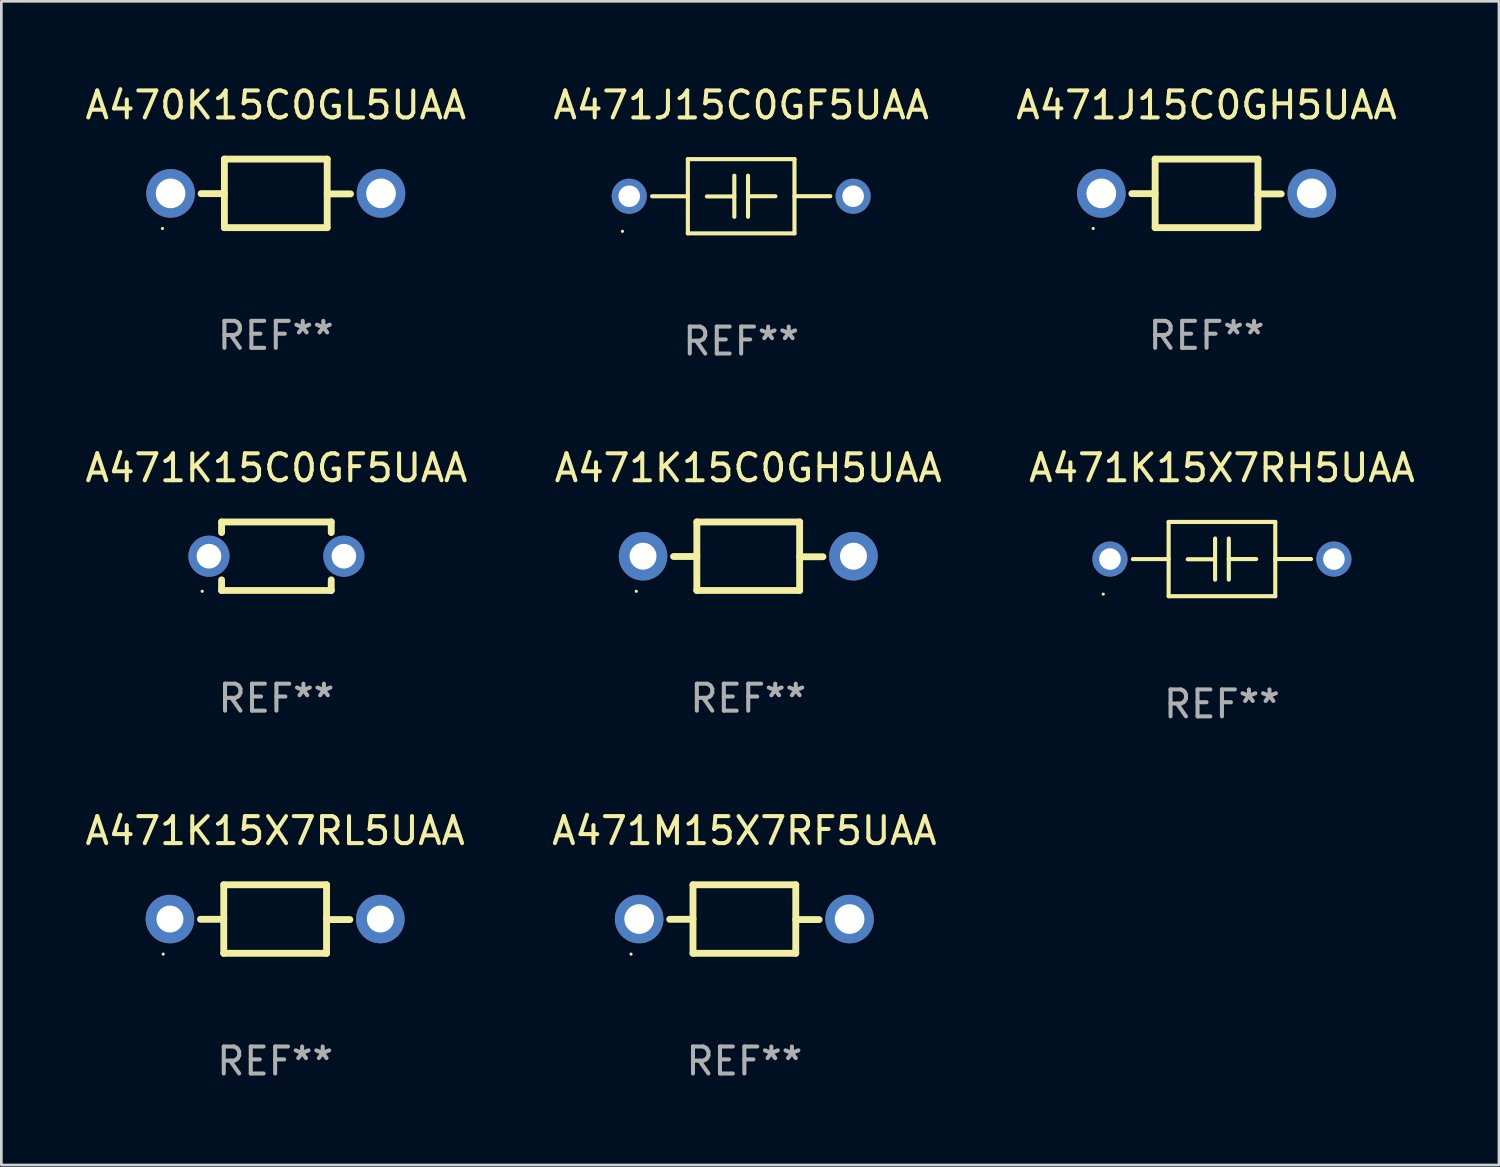
<source format=kicad_pcb>
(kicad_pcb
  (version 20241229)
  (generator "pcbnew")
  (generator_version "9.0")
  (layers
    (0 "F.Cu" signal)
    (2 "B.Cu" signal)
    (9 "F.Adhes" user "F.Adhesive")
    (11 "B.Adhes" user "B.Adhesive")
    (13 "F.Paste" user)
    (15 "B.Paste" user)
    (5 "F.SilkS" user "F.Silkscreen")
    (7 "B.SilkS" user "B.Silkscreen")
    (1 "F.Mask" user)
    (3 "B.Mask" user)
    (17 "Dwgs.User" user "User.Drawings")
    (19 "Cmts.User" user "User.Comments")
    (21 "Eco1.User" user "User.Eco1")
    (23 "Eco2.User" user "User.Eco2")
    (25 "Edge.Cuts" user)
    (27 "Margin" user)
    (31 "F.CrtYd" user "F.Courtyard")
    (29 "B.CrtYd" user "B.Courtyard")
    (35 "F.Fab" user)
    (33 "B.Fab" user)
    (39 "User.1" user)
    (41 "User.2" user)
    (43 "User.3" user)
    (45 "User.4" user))
  (footprint "A471M15X7RF5UAA"
    (layer "F.Cu")
    (at 24.542 31.016)
    (property "Reference" "A471M15X7RF5UAA" (at 0 -3.27 0) (layer "F.SilkS") (effects (font (size 1 1) (thickness 0.15))))
    (attr through_hole)
    (fp_line (start -1.905 -1.27) (end -1.905 1.27) (stroke (width 0.254) (type solid)) (layer "F.SilkS"))
    (fp_line (start -1.905 0.01) (end -2.769 0.01) (stroke (width 0.254) (type solid)) (layer "F.SilkS"))
    (fp_line (start -1.905 1.27) (end 1.905 1.27) (stroke (width 0.254) (type solid)) (layer "F.SilkS"))
    (fp_line (start 1.905 -1.27) (end -1.905 -1.27) (stroke (width 0.254) (type solid)) (layer "F.SilkS"))
    (fp_line (start 1.905 0.02) (end 2.769 0.02) (stroke (width 0.254) (type solid)) (layer "F.SilkS"))
    (fp_line (start 1.905 1.27) (end 1.905 -1.27) (stroke (width 0.254) (type solid)) (layer "F.SilkS"))
    (fp_circle (center -4.201 1.3) (end -4.171 1.3) (stroke (width 0.06) (type solid)) (fill no) (layer "F.SilkS"))
    (fp_text user "REF**" (at 0 5.27 0) (layer "F.Fab") (effects (font (size 1 1) (thickness 0.15))))
    (pad "1" thru_hole circle (at -3.9 0) (size 1.8 1.8) (drill 1.1) (layers "*.Cu" "*.Mask"))
    (pad "2" thru_hole circle (at 3.9 0) (size 1.8 1.8) (drill 1.1) (layers "*.Cu" "*.Mask")))
  (footprint "A471J15C0GH5UAA"
    (layer "F.Cu")
    (at 41.673 4.118)
    (property "Reference" "A471J15C0GH5UAA" (at 0 -3.27 0) (layer "F.SilkS") (effects (font (size 1 1) (thickness 0.15))))
    (attr through_hole)
    (fp_line (start -1.905 -1.27) (end -1.905 1.27) (stroke (width 0.254) (type solid)) (layer "F.SilkS"))
    (fp_line (start -1.905 0.01) (end -2.769 0.01) (stroke (width 0.254) (type solid)) (layer "F.SilkS"))
    (fp_line (start -1.905 1.27) (end 1.905 1.27) (stroke (width 0.254) (type solid)) (layer "F.SilkS"))
    (fp_line (start 1.905 -1.27) (end -1.905 -1.27) (stroke (width 0.254) (type solid)) (layer "F.SilkS"))
    (fp_line (start 1.905 0.02) (end 2.769 0.02) (stroke (width 0.254) (type solid)) (layer "F.SilkS"))
    (fp_line (start 1.905 1.27) (end 1.905 -1.27) (stroke (width 0.254) (type solid)) (layer "F.SilkS"))
    (fp_circle (center -4.201 1.3) (end -4.171 1.3) (stroke (width 0.06) (type solid)) (fill no) (layer "F.SilkS"))
    (fp_text user "REF**" (at 0 5.27 0) (layer "F.Fab") (effects (font (size 1 1) (thickness 0.15))))
    (pad "1" thru_hole circle (at -3.9 0) (size 1.8 1.8) (drill 1.1) (layers "*.Cu" "*.Mask"))
    (pad "2" thru_hole circle (at 3.9 0) (size 1.8 1.8) (drill 1.1) (layers "*.Cu" "*.Mask")))
  (footprint "A471K15X7RL5UAA"
    (layer "F.Cu")
    (at 7.149 31.016)
    (property "Reference" "A471K15X7RL5UAA" (at 0 -3.27 0) (layer "F.SilkS") (effects (font (size 1 1) (thickness 0.15))))
    (attr through_hole)
    (fp_line (start -1.905 -1.27) (end -1.905 1.27) (stroke (width 0.254) (type solid)) (layer "F.SilkS"))
    (fp_line (start -1.905 0.01) (end -2.769 0.01) (stroke (width 0.254) (type solid)) (layer "F.SilkS"))
    (fp_line (start -1.905 1.27) (end 1.905 1.27) (stroke (width 0.254) (type solid)) (layer "F.SilkS"))
    (fp_line (start 1.905 -1.27) (end -1.905 -1.27) (stroke (width 0.254) (type solid)) (layer "F.SilkS"))
    (fp_line (start 1.905 0.02) (end 2.769 0.02) (stroke (width 0.254) (type solid)) (layer "F.SilkS"))
    (fp_line (start 1.905 1.27) (end 1.905 -1.27) (stroke (width 0.254) (type solid)) (layer "F.SilkS"))
    (fp_circle (center -4.15 1.3) (end -4.12 1.3) (stroke (width 0.06) (type solid)) (fill no) (layer "F.SilkS"))
    (fp_text user "REF**" (at 0 5.27 0) (layer "F.Fab") (effects (font (size 1 1) (thickness 0.15))))
    (pad "1" thru_hole circle (at -3.9 0) (size 1.8 1.8) (drill 1) (layers "*.Cu" "*.Mask"))
    (pad "2" thru_hole circle (at 3.9 0) (size 1.8 1.8) (drill 1) (layers "*.Cu" "*.Mask")))
  (footprint "A471J15C0GF5UAA"
    (layer "F.Cu")
    (at 24.423 4.224)
    (property "Reference" "A471J15C0GF5UAA" (at 0 -3.376 0) (layer "F.SilkS") (effects (font (size 1 1) (thickness 0.15))))
    (attr through_hole)
    (fp_line (start -1.976 -1.376) (end 1.976 -1.376) (stroke (width 0.152) (type solid)) (layer "F.SilkS"))
    (fp_line (start -1.976 0.001) (end -3.302 0.001) (stroke (width 0.152) (type solid)) (layer "F.SilkS"))
    (fp_line (start -1.976 1.376) (end -1.976 -1.376) (stroke (width 0.152) (type solid)) (layer "F.SilkS"))
    (fp_line (start -0.254 -0.762) (end -0.254 0.762) (stroke (width 0.152) (type solid)) (layer "F.SilkS"))
    (fp_line (start -0.254 0.007) (end -1.27 0.007) (stroke (width 0.152) (type solid)) (layer "F.SilkS"))
    (fp_line (start 0.254 -0.762) (end 0.254 0.762) (stroke (width 0.152) (type solid)) (layer "F.SilkS"))
    (fp_line (start 0.254 0) (end 1.27 0) (stroke (width 0.152) (type solid)) (layer "F.SilkS"))
    (fp_line (start 1.976 -1.376) (end 1.976 1.376) (stroke (width 0.152) (type solid)) (layer "F.SilkS"))
    (fp_line (start 1.976 -0.001) (end 3.302 -0.001) (stroke (width 0.152) (type solid)) (layer "F.SilkS"))
    (fp_line (start 1.976 1.376) (end -1.976 1.376) (stroke (width 0.152) (type solid)) (layer "F.SilkS"))
    (fp_circle (center -4.4 1.3) (end -4.37 1.3) (stroke (width 0.06) (type solid)) (fill no) (layer "F.SilkS"))
    (fp_text user "REF**" (at 0 5.376 0) (layer "F.Fab") (effects (font (size 1 1) (thickness 0.15))))
    (pad "1" thru_hole circle (at -4.15 0) (size 1.3 1.3) (drill 0.8) (layers "*.Cu" "*.Mask"))
    (pad "2" thru_hole circle (at 4.15 0) (size 1.3 1.3) (drill 0.8) (layers "*.Cu" "*.Mask")))
  (footprint "A471K15C0GH5UAA"
    (layer "F.Cu")
    (at 24.685 17.567)
    (property "Reference" "A471K15C0GH5UAA" (at 0 -3.27 0) (layer "F.SilkS") (effects (font (size 1 1) (thickness 0.15))))
    (attr through_hole)
    (fp_line (start -1.905 -1.27) (end -1.905 1.27) (stroke (width 0.254) (type solid)) (layer "F.SilkS"))
    (fp_line (start -1.905 0.01) (end -2.769 0.01) (stroke (width 0.254) (type solid)) (layer "F.SilkS"))
    (fp_line (start -1.905 1.27) (end 1.905 1.27) (stroke (width 0.254) (type solid)) (layer "F.SilkS"))
    (fp_line (start 1.905 -1.27) (end -1.905 -1.27) (stroke (width 0.254) (type solid)) (layer "F.SilkS"))
    (fp_line (start 1.905 0.02) (end 2.769 0.02) (stroke (width 0.254) (type solid)) (layer "F.SilkS"))
    (fp_line (start 1.905 1.27) (end 1.905 -1.27) (stroke (width 0.254) (type solid)) (layer "F.SilkS"))
    (fp_circle (center -4.15 1.3) (end -4.12 1.3) (stroke (width 0.06) (type solid)) (fill no) (layer "F.SilkS"))
    (fp_text user "REF**" (at 0 5.27 0) (layer "F.Fab") (effects (font (size 1 1) (thickness 0.15))))
    (pad "1" thru_hole circle (at -3.9 0) (size 1.8 1.8) (drill 1) (layers "*.Cu" "*.Mask"))
    (pad "2" thru_hole circle (at 3.9 0) (size 1.8 1.8) (drill 1) (layers "*.Cu" "*.Mask")))
  (footprint "A470K15C0GL5UAA"
    (layer "F.Cu")
    (at 7.173 4.118)
    (property "Reference" "A470K15C0GL5UAA" (at 0 -3.27 0) (layer "F.SilkS") (effects (font (size 1 1) (thickness 0.15))))
    (attr through_hole)
    (fp_line (start -1.905 -1.27) (end -1.905 1.27) (stroke (width 0.254) (type solid)) (layer "F.SilkS"))
    (fp_line (start -1.905 0.01) (end -2.769 0.01) (stroke (width 0.254) (type solid)) (layer "F.SilkS"))
    (fp_line (start -1.905 1.27) (end 1.905 1.27) (stroke (width 0.254) (type solid)) (layer "F.SilkS"))
    (fp_line (start 1.905 -1.27) (end -1.905 -1.27) (stroke (width 0.254) (type solid)) (layer "F.SilkS"))
    (fp_line (start 1.905 0.02) (end 2.769 0.02) (stroke (width 0.254) (type solid)) (layer "F.SilkS"))
    (fp_line (start 1.905 1.27) (end 1.905 -1.27) (stroke (width 0.254) (type solid)) (layer "F.SilkS"))
    (fp_circle (center -4.201 1.3) (end -4.171 1.3) (stroke (width 0.06) (type solid)) (fill no) (layer "F.SilkS"))
    (fp_text user "REF**" (at 0 5.27 0) (layer "F.Fab") (effects (font (size 1 1) (thickness 0.15))))
    (pad "1" thru_hole circle (at -3.9 0) (size 1.8 1.8) (drill 1.1) (layers "*.Cu" "*.Mask"))
    (pad "2" thru_hole circle (at 3.9 0) (size 1.8 1.8) (drill 1.1) (layers "*.Cu" "*.Mask")))
  (footprint "A471K15C0GF5UAA"
    (layer "F.Cu")
    (at 7.196 17.567)
    (property "Reference" "A471K15C0GF5UAA" (at 0 -3.27 0) (layer "F.SilkS") (effects (font (size 1 1) (thickness 0.15))))
    (attr through_hole)
    (fp_line (start -2.032 -1.27) (end -2.032 -0.876) (stroke (width 0.254) (type solid)) (layer "F.SilkS"))
    (fp_line (start -2.032 0.876) (end -2.032 1.27) (stroke (width 0.254) (type solid)) (layer "F.SilkS"))
    (fp_line (start -2.032 1.27) (end 2.032 1.27) (stroke (width 0.254) (type solid)) (layer "F.SilkS"))
    (fp_line (start 2.032 -1.27) (end -2.032 -1.27) (stroke (width 0.254) (type solid)) (layer "F.SilkS"))
    (fp_line (start 2.032 -0.876) (end 2.032 -1.27) (stroke (width 0.254) (type solid)) (layer "F.SilkS"))
    (fp_line (start 2.032 1.27) (end 2.032 0.876) (stroke (width 0.254) (type solid)) (layer "F.SilkS"))
    (fp_circle (center -2.751 1.3) (end -2.721 1.3) (stroke (width 0.06) (type solid)) (fill no) (layer "F.SilkS"))
    (fp_text user "REF**" (at 0 5.27 0) (layer "F.Fab") (effects (font (size 1 1) (thickness 0.15))))
    (pad "1" thru_hole circle (at -2.5 0) (size 1.524 1.524) (drill 0.914) (layers "*.Cu" "*.Mask"))
    (pad "2" thru_hole circle (at 2.5 0) (size 1.524 1.524) (drill 0.914) (layers "*.Cu" "*.Mask")))
  (footprint "A471K15X7RH5UAA"
    (layer "F.Cu")
    (at 42.244 17.673)
    (property "Reference" "A471K15X7RH5UAA" (at 0 -3.376 0) (layer "F.SilkS") (effects (font (size 1 1) (thickness 0.15))))
    (attr through_hole)
    (fp_line (start -1.976 -1.376) (end 1.976 -1.376) (stroke (width 0.152) (type solid)) (layer "F.SilkS"))
    (fp_line (start -1.976 0.001) (end -3.302 0.001) (stroke (width 0.152) (type solid)) (layer "F.SilkS"))
    (fp_line (start -1.976 1.376) (end -1.976 -1.376) (stroke (width 0.152) (type solid)) (layer "F.SilkS"))
    (fp_line (start -0.254 -0.762) (end -0.254 0.762) (stroke (width 0.152) (type solid)) (layer "F.SilkS"))
    (fp_line (start -0.254 0.007) (end -1.27 0.007) (stroke (width 0.152) (type solid)) (layer "F.SilkS"))
    (fp_line (start 0.254 -0.762) (end 0.254 0.762) (stroke (width 0.152) (type solid)) (layer "F.SilkS"))
    (fp_line (start 0.254 0) (end 1.27 0) (stroke (width 0.152) (type solid)) (layer "F.SilkS"))
    (fp_line (start 1.976 -1.376) (end 1.976 1.376) (stroke (width 0.152) (type solid)) (layer "F.SilkS"))
    (fp_line (start 1.976 -0.001) (end 3.302 -0.001) (stroke (width 0.152) (type solid)) (layer "F.SilkS"))
    (fp_line (start 1.976 1.376) (end -1.976 1.376) (stroke (width 0.152) (type solid)) (layer "F.SilkS"))
    (fp_circle (center -4.4 1.3) (end -4.37 1.3) (stroke (width 0.06) (type solid)) (fill no) (layer "F.SilkS"))
    (fp_text user "REF**" (at 0 5.376 0) (layer "F.Fab") (effects (font (size 1 1) (thickness 0.15))))
    (pad "1" thru_hole circle (at -4.15 0) (size 1.3 1.3) (drill 0.8) (layers "*.Cu" "*.Mask"))
    (pad "2" thru_hole circle (at 4.15 0) (size 1.3 1.3) (drill 0.8) (layers "*.Cu" "*.Mask")))
  (gr_rect
    (start -3 -3)
    (end 52.512 40.134)
    (stroke (width 0.1) (type default))
    (fill no)
    (layer "Edge.Cuts")))
</source>
